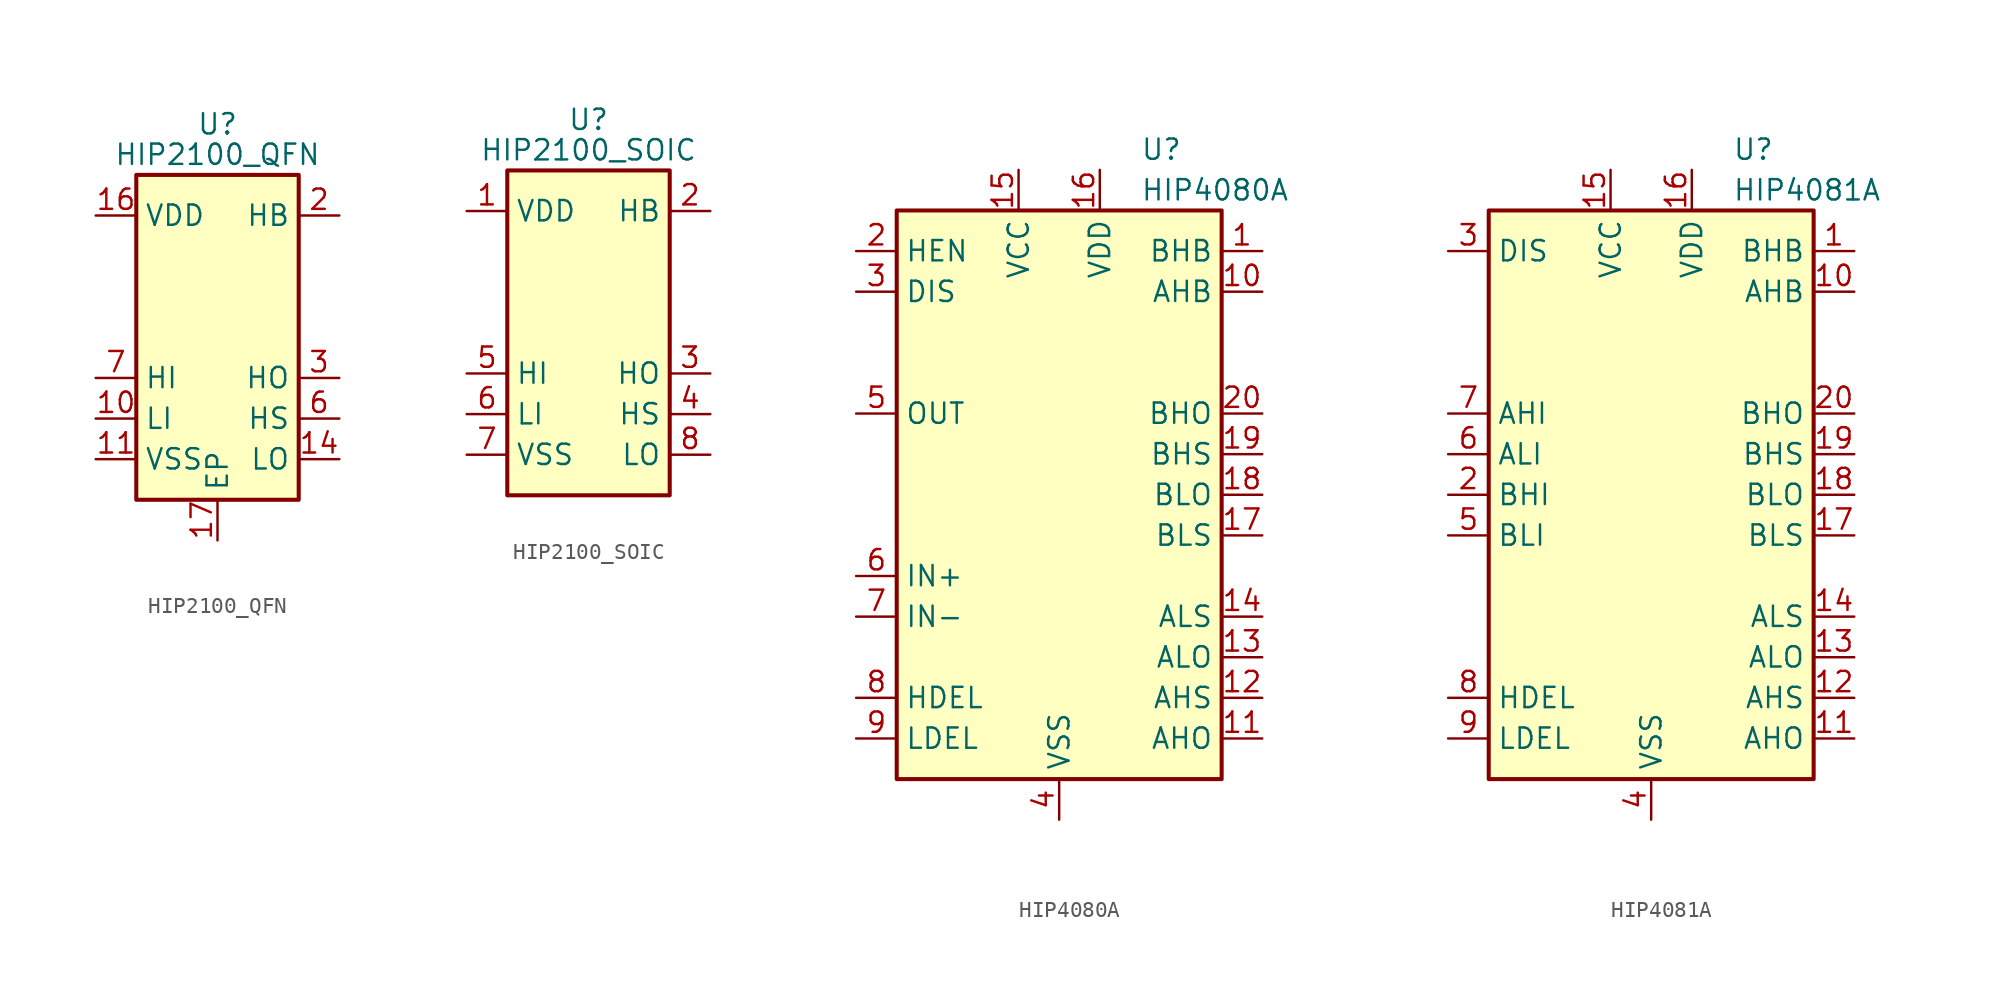
<source format=kicad_sym>
(kicad_symbol_lib
  (version 20201005)
  (generator kicad_symbol_editor)
  (symbol "Driver_FET:HIP2100_QFN"
    (property "Reference" "U"
      (at 0 13.335 0)
      (effects (font (size 1.27 1.27))))
    (property "Value" "HIP2100_QFN"
      (at 0 11.43 0)
      (effects (font (size 1.27 1.27))))
    (symbol "HIP2100_QFN_0_1"
      (rectangle (start -5.08 -10.16) (end 5.08 10.16) (stroke (width 0.254)) (fill (type background))))
    (symbol "HIP2100_QFN_1_1"
      (pin no_connect line (at -5.08 5.08 0) (length 2.54) hide (name "NC" (effects (font (size 1.27 1.27)))) (number "1" (effects (font (size 1.27 1.27)))))
      (pin input line (at -7.62 -5.08 0) (length 2.54) (name "LI" (effects (font (size 1.27 1.27)))) (number "10" (effects (font (size 1.27 1.27)))))
      (pin power_in line (at -7.62 -7.62 0) (length 2.54) (name "VSS" (effects (font (size 1.27 1.27)))) (number "11" (effects (font (size 1.27 1.27)))))
      (pin no_connect line (at 5.08 2.54 180) (length 2.54) hide (name "NC" (effects (font (size 1.27 1.27)))) (number "12" (effects (font (size 1.27 1.27)))))
      (pin no_connect line (at 5.08 0 180) (length 2.54) hide (name "NC" (effects (font (size 1.27 1.27)))) (number "13" (effects (font (size 1.27 1.27)))))
      (pin output line (at 7.62 -7.62 180) (length 2.54) (name "LO" (effects (font (size 1.27 1.27)))) (number "14" (effects (font (size 1.27 1.27)))))
      (pin no_connect line (at 5.08 -10.16 180) (length 2.54) hide (name "NC" (effects (font (size 1.27 1.27)))) (number "15" (effects (font (size 1.27 1.27)))))
      (pin power_in line (at -7.62 7.62 0) (length 2.54) (name "VDD" (effects (font (size 1.27 1.27)))) (number "16" (effects (font (size 1.27 1.27)))))
      (pin output line (at 0 -12.7 90) (length 2.54) (name "EP" (effects (font (size 1.27 1.27)))) (number "17" (effects (font (size 1.27 1.27)))))
      (pin passive line (at 7.62 7.62 180) (length 2.54) (name "HB" (effects (font (size 1.27 1.27)))) (number "2" (effects (font (size 1.27 1.27)))))
      (pin output line (at 7.62 -2.54 180) (length 2.54) (name "HO" (effects (font (size 1.27 1.27)))) (number "3" (effects (font (size 1.27 1.27)))))
      (pin no_connect line (at -5.08 2.54 0) (length 2.54) hide (name "NC" (effects (font (size 1.27 1.27)))) (number "4" (effects (font (size 1.27 1.27)))))
      (pin no_connect line (at -5.08 0 0) (length 2.54) hide (name "NC" (effects (font (size 1.27 1.27)))) (number "5" (effects (font (size 1.27 1.27)))))
      (pin passive line (at 7.62 -5.08 180) (length 2.54) (name "HS" (effects (font (size 1.27 1.27)))) (number "6" (effects (font (size 1.27 1.27)))))
      (pin input line (at -7.62 -2.54 0) (length 2.54) (name "HI" (effects (font (size 1.27 1.27)))) (number "7" (effects (font (size 1.27 1.27)))))
      (pin no_connect line (at -5.08 -10.16 0) (length 2.54) hide (name "NC" (effects (font (size 1.27 1.27)))) (number "8" (effects (font (size 1.27 1.27)))))
      (pin no_connect line (at 5.08 5.08 180) (length 2.54) hide (name "NC" (effects (font (size 1.27 1.27)))) (number "9" (effects (font (size 1.27 1.27)))))))
  (symbol "Driver_FET:HIP2100_SOIC"
    (property "Reference" "U"
      (at 0 13.335 0)
      (effects (font (size 1.27 1.27))))
    (property "Value" "HIP2100_SOIC"
      (at 0 11.43 0)
      (effects (font (size 1.27 1.27))))
    (symbol "HIP2100_SOIC_0_1"
      (rectangle (start -5.08 -10.16) (end 5.08 10.16) (stroke (width 0.254)) (fill (type background))))
    (symbol "HIP2100_SOIC_1_1"
      (pin power_in line (at -7.62 7.62 0) (length 2.54) (name "VDD" (effects (font (size 1.27 1.27)))) (number "1" (effects (font (size 1.27 1.27)))))
      (pin passive line (at 7.62 7.62 180) (length 2.54) (name "HB" (effects (font (size 1.27 1.27)))) (number "2" (effects (font (size 1.27 1.27)))))
      (pin output line (at 7.62 -2.54 180) (length 2.54) (name "HO" (effects (font (size 1.27 1.27)))) (number "3" (effects (font (size 1.27 1.27)))))
      (pin passive line (at 7.62 -5.08 180) (length 2.54) (name "HS" (effects (font (size 1.27 1.27)))) (number "4" (effects (font (size 1.27 1.27)))))
      (pin input line (at -7.62 -2.54 0) (length 2.54) (name "HI" (effects (font (size 1.27 1.27)))) (number "5" (effects (font (size 1.27 1.27)))))
      (pin input line (at -7.62 -5.08 0) (length 2.54) (name "LI" (effects (font (size 1.27 1.27)))) (number "6" (effects (font (size 1.27 1.27)))))
      (pin power_in line (at -7.62 -7.62 0) (length 2.54) (name "VSS" (effects (font (size 1.27 1.27)))) (number "7" (effects (font (size 1.27 1.27)))))
      (pin output line (at 7.62 -7.62 180) (length 2.54) (name "LO" (effects (font (size 1.27 1.27)))) (number "8" (effects (font (size 1.27 1.27)))))))
  (symbol "Driver_FET:HIP4080A"
    (property "Reference" "U"
      (at 5.08 21.59 0)
      (effects (font (size 1.27 1.27)) (justify left)))
    (property "Value" "HIP4080A"
      (at 5.08 19.05 0)
      (effects (font (size 1.27 1.27)) (justify left)))
    (symbol "HIP4080A_0_1"
      (rectangle (start -10.16 -17.78) (end 10.16 17.78) (stroke (width 0.254)) (fill (type background))))
    (symbol "HIP4080A_1_1"
      (pin input line (at 12.7 15.24 180) (length 2.54) (name "BHB" (effects (font (size 1.27 1.27)))) (number "1" (effects (font (size 1.27 1.27)))))
      (pin input line (at 12.7 12.7 180) (length 2.54) (name "AHB" (effects (font (size 1.27 1.27)))) (number "10" (effects (font (size 1.27 1.27)))))
      (pin output line (at 12.7 -15.24 180) (length 2.54) (name "AHO" (effects (font (size 1.27 1.27)))) (number "11" (effects (font (size 1.27 1.27)))))
      (pin passive line (at 12.7 -12.7 180) (length 2.54) (name "AHS" (effects (font (size 1.27 1.27)))) (number "12" (effects (font (size 1.27 1.27)))))
      (pin output line (at 12.7 -10.16 180) (length 2.54) (name "ALO" (effects (font (size 1.27 1.27)))) (number "13" (effects (font (size 1.27 1.27)))))
      (pin passive line (at 12.7 -7.62 180) (length 2.54) (name "ALS" (effects (font (size 1.27 1.27)))) (number "14" (effects (font (size 1.27 1.27)))))
      (pin power_in line (at -2.54 20.32 270) (length 2.54) (name "VCC" (effects (font (size 1.27 1.27)))) (number "15" (effects (font (size 1.27 1.27)))))
      (pin power_in line (at 2.54 20.32 270) (length 2.54) (name "VDD" (effects (font (size 1.27 1.27)))) (number "16" (effects (font (size 1.27 1.27)))))
      (pin passive line (at 12.7 -2.54 180) (length 2.54) (name "BLS" (effects (font (size 1.27 1.27)))) (number "17" (effects (font (size 1.27 1.27)))))
      (pin output line (at 12.7 0 180) (length 2.54) (name "BLO" (effects (font (size 1.27 1.27)))) (number "18" (effects (font (size 1.27 1.27)))))
      (pin passive line (at 12.7 2.54 180) (length 2.54) (name "BHS" (effects (font (size 1.27 1.27)))) (number "19" (effects (font (size 1.27 1.27)))))
      (pin output line (at -12.7 15.24 0) (length 2.54) (name "HEN" (effects (font (size 1.27 1.27)))) (number "2" (effects (font (size 1.27 1.27)))))
      (pin output line (at 12.7 5.08 180) (length 2.54) (name "BHO" (effects (font (size 1.27 1.27)))) (number "20" (effects (font (size 1.27 1.27)))))
      (pin output line (at -12.7 12.7 0) (length 2.54) (name "DIS" (effects (font (size 1.27 1.27)))) (number "3" (effects (font (size 1.27 1.27)))))
      (pin power_in line (at 0 -20.32 90) (length 2.54) (name "VSS" (effects (font (size 1.27 1.27)))) (number "4" (effects (font (size 1.27 1.27)))))
      (pin output line (at -12.7 5.08 0) (length 2.54) (name "OUT" (effects (font (size 1.27 1.27)))) (number "5" (effects (font (size 1.27 1.27)))))
      (pin input line (at -12.7 -5.08 0) (length 2.54) (name "IN+" (effects (font (size 1.27 1.27)))) (number "6" (effects (font (size 1.27 1.27)))))
      (pin input line (at -12.7 -7.62 0) (length 2.54) (name "IN-" (effects (font (size 1.27 1.27)))) (number "7" (effects (font (size 1.27 1.27)))))
      (pin passive line (at -12.7 -12.7 0) (length 2.54) (name "HDEL" (effects (font (size 1.27 1.27)))) (number "8" (effects (font (size 1.27 1.27)))))
      (pin passive line (at -12.7 -15.24 0) (length 2.54) (name "LDEL" (effects (font (size 1.27 1.27)))) (number "9" (effects (font (size 1.27 1.27)))))))
  (symbol "Driver_FET:HIP4081A"
    (property "Reference" "U"
      (at 5.08 21.59 0)
      (effects (font (size 1.27 1.27)) (justify left)))
    (property "Value" "HIP4081A"
      (at 5.08 19.05 0)
      (effects (font (size 1.27 1.27)) (justify left)))
    (symbol "HIP4081A_0_1"
      (rectangle (start -10.16 -17.78) (end 10.16 17.78) (stroke (width 0.254)) (fill (type background))))
    (symbol "HIP4081A_1_1"
      (pin input line (at 12.7 15.24 180) (length 2.54) (name "BHB" (effects (font (size 1.27 1.27)))) (number "1" (effects (font (size 1.27 1.27)))))
      (pin input line (at 12.7 12.7 180) (length 2.54) (name "AHB" (effects (font (size 1.27 1.27)))) (number "10" (effects (font (size 1.27 1.27)))))
      (pin output line (at 12.7 -15.24 180) (length 2.54) (name "AHO" (effects (font (size 1.27 1.27)))) (number "11" (effects (font (size 1.27 1.27)))))
      (pin passive line (at 12.7 -12.7 180) (length 2.54) (name "AHS" (effects (font (size 1.27 1.27)))) (number "12" (effects (font (size 1.27 1.27)))))
      (pin output line (at 12.7 -10.16 180) (length 2.54) (name "ALO" (effects (font (size 1.27 1.27)))) (number "13" (effects (font (size 1.27 1.27)))))
      (pin passive line (at 12.7 -7.62 180) (length 2.54) (name "ALS" (effects (font (size 1.27 1.27)))) (number "14" (effects (font (size 1.27 1.27)))))
      (pin power_in line (at -2.54 20.32 270) (length 2.54) (name "VCC" (effects (font (size 1.27 1.27)))) (number "15" (effects (font (size 1.27 1.27)))))
      (pin power_in line (at 2.54 20.32 270) (length 2.54) (name "VDD" (effects (font (size 1.27 1.27)))) (number "16" (effects (font (size 1.27 1.27)))))
      (pin passive line (at 12.7 -2.54 180) (length 2.54) (name "BLS" (effects (font (size 1.27 1.27)))) (number "17" (effects (font (size 1.27 1.27)))))
      (pin output line (at 12.7 0 180) (length 2.54) (name "BLO" (effects (font (size 1.27 1.27)))) (number "18" (effects (font (size 1.27 1.27)))))
      (pin passive line (at 12.7 2.54 180) (length 2.54) (name "BHS" (effects (font (size 1.27 1.27)))) (number "19" (effects (font (size 1.27 1.27)))))
      (pin input line (at -12.7 0 0) (length 2.54) (name "BHI" (effects (font (size 1.27 1.27)))) (number "2" (effects (font (size 1.27 1.27)))))
      (pin output line (at 12.7 5.08 180) (length 2.54) (name "BHO" (effects (font (size 1.27 1.27)))) (number "20" (effects (font (size 1.27 1.27)))))
      (pin output line (at -12.7 15.24 0) (length 2.54) (name "DIS" (effects (font (size 1.27 1.27)))) (number "3" (effects (font (size 1.27 1.27)))))
      (pin power_in line (at 0 -20.32 90) (length 2.54) (name "VSS" (effects (font (size 1.27 1.27)))) (number "4" (effects (font (size 1.27 1.27)))))
      (pin input line (at -12.7 -2.54 0) (length 2.54) (name "BLI" (effects (font (size 1.27 1.27)))) (number "5" (effects (font (size 1.27 1.27)))))
      (pin input line (at -12.7 2.54 0) (length 2.54) (name "ALI" (effects (font (size 1.27 1.27)))) (number "6" (effects (font (size 1.27 1.27)))))
      (pin input line (at -12.7 5.08 0) (length 2.54) (name "AHI" (effects (font (size 1.27 1.27)))) (number "7" (effects (font (size 1.27 1.27)))))
      (pin passive line (at -12.7 -12.7 0) (length 2.54) (name "HDEL" (effects (font (size 1.27 1.27)))) (number "8" (effects (font (size 1.27 1.27)))))
      (pin passive line (at -12.7 -15.24 0) (length 2.54) (name "LDEL" (effects (font (size 1.27 1.27)))) (number "9" (effects (font (size 1.27 1.27))))))))
</source>
